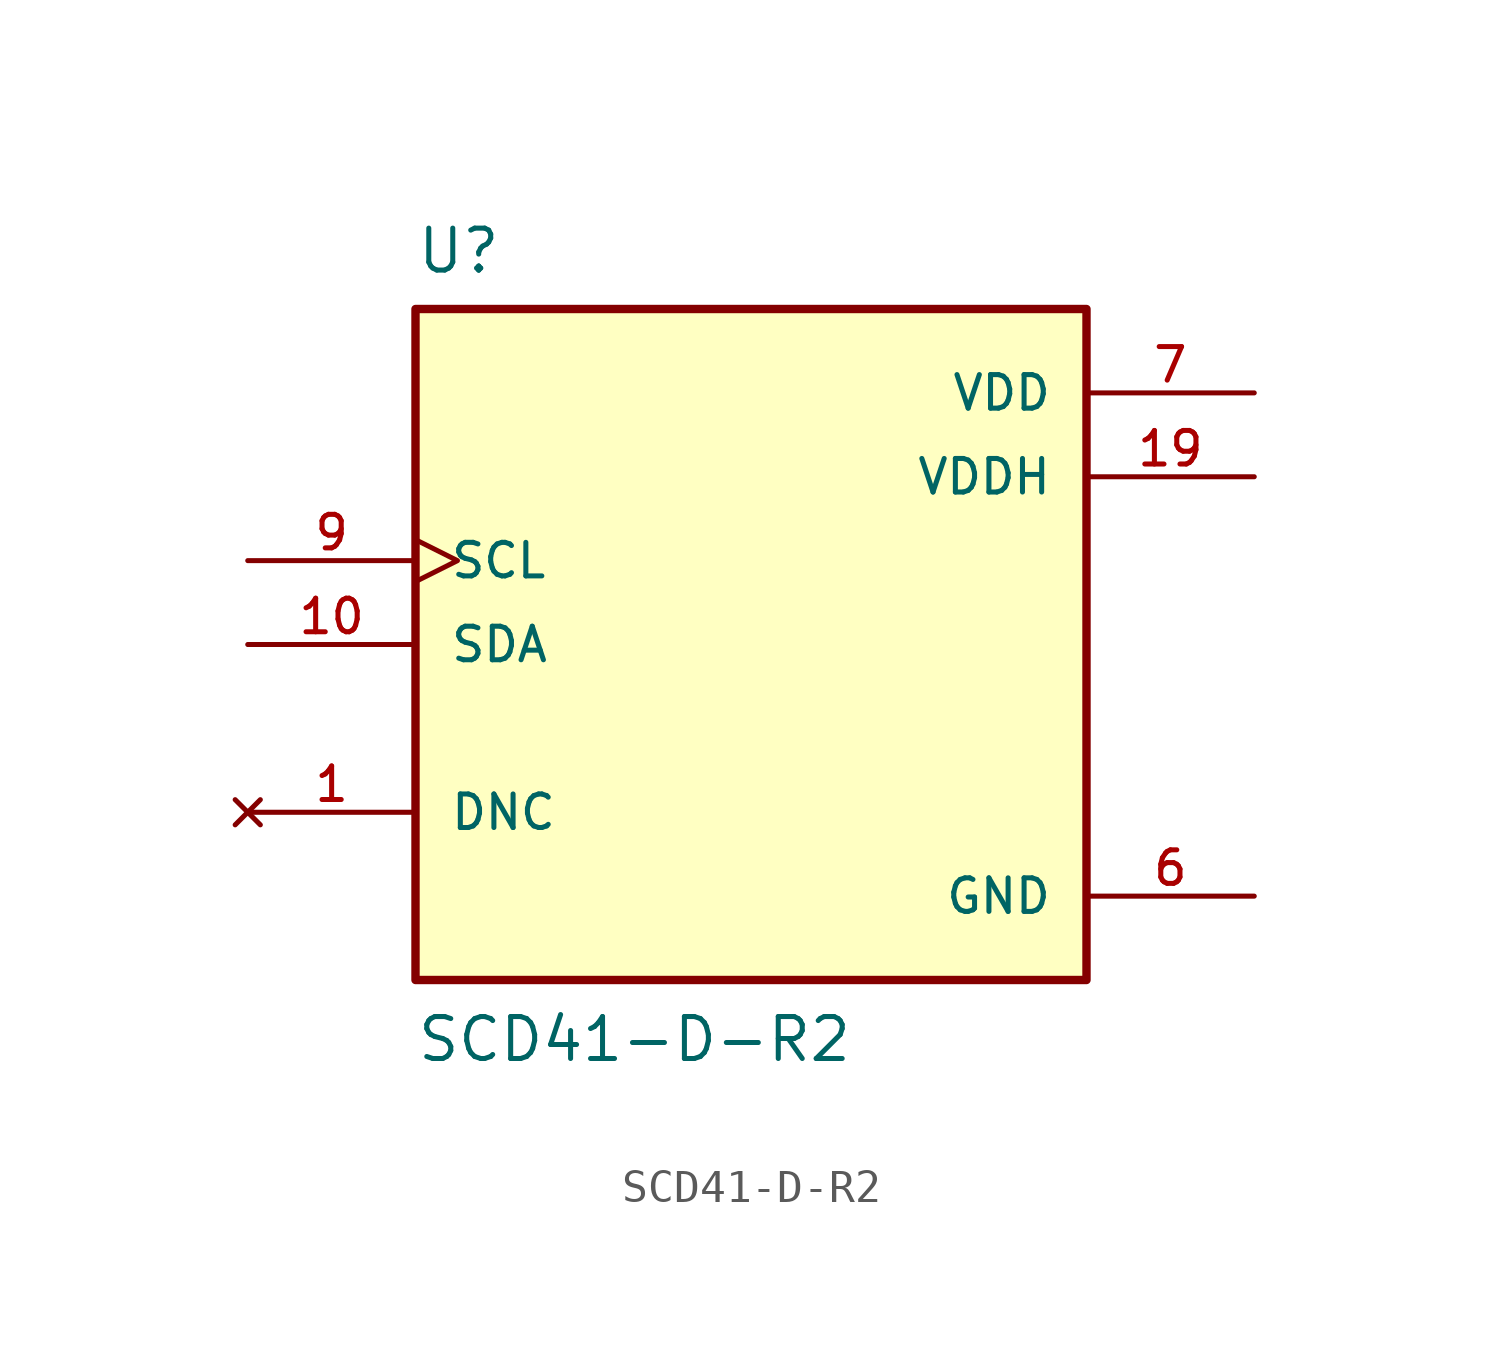
<source format=kicad_sym>
(kicad_symbol_lib
  (version 20211014)
  (generator kicad_symbol_editor)
  (symbol "SCD41-D-R2"
    (pin_names
      (offset 1.016))
    (property "Reference" "U"
      (at -10.16 11.176 0)
      (effects (font (size 1.27 1.27)) (justify bottom left)))
    (property "Value" "SCD41-D-R2"
      (at -10.16 -12.7 0)
      (effects (font (size 1.27 1.27)) (justify bottom left)))
    (symbol "SCD41-D-R2_0_0"
      (rectangle (start -10.16 -10.16) (end 10.16 10.16) (stroke (width 0.254)) (fill (type background)))
      (pin power_in line (at 15.24 7.62 180.0) (length 5.08) (name "VDD" (effects (font (size 1.016 1.016)))) (number "7" (effects (font (size 1.016 1.016)))))
      (pin power_in line (at 15.24 5.08 180.0) (length 5.08) (name "VDDH" (effects (font (size 1.016 1.016)))) (number "19" (effects (font (size 1.016 1.016)))))
      (pin power_in line (at 15.24 -7.62 180.0) (length 5.08) (name "GND" (effects (font (size 1.016 1.016)))) (number "6" (effects (font (size 1.016 1.016)))))
      (pin power_in line (at 15.24 -7.62 180.0) (length 5.08) hide (name "GND" (effects (font (size 1.016 1.016)))) (number "20" (effects (font (size 1.016 1.016)))))
      (pin power_in line (at 15.24 -7.62 180.0) (length 5.08) hide (name "GND" (effects (font (size 1.016 1.016)))) (number "21" (effects (font (size 1.016 1.016)))))
      (pin bidirectional line (at -15.24 0.0 0) (length 5.08) (name "SDA" (effects (font (size 1.016 1.016)))) (number "10" (effects (font (size 1.016 1.016)))))
      (pin input clock (at -15.24 2.54 0) (length 5.08) (name "SCL" (effects (font (size 1.016 1.016)))) (number "9" (effects (font (size 1.016 1.016)))))
      (pin no_connect line (at -15.24 -5.08 0) (length 5.08) (name "DNC" (effects (font (size 1.016 1.016)))) (number "1" (effects (font (size 1.016 1.016)))))
      (pin no_connect line (at -15.24 -5.08 0) (length 5.08) hide (name "DNC" (effects (font (size 1.016 1.016)))) (number "2" (effects (font (size 1.016 1.016)))))
      (pin no_connect line (at -15.24 -5.08 0) (length 5.08) hide (name "DNC" (effects (font (size 1.016 1.016)))) (number "3" (effects (font (size 1.016 1.016)))))
      (pin no_connect line (at -15.24 -5.08 0) (length 5.08) hide (name "DNC" (effects (font (size 1.016 1.016)))) (number "4" (effects (font (size 1.016 1.016)))))
      (pin no_connect line (at -15.24 -5.08 0) (length 5.08) hide (name "DNC" (effects (font (size 1.016 1.016)))) (number "5" (effects (font (size 1.016 1.016)))))
      (pin no_connect line (at -15.24 -5.08 0) (length 5.08) hide (name "DNC" (effects (font (size 1.016 1.016)))) (number "8" (effects (font (size 1.016 1.016)))))
      (pin no_connect line (at -15.24 -5.08 0) (length 5.08) hide (name "DNC" (effects (font (size 1.016 1.016)))) (number "11" (effects (font (size 1.016 1.016)))))
      (pin no_connect line (at -15.24 -5.08 0) (length 5.08) hide (name "DNC" (effects (font (size 1.016 1.016)))) (number "12" (effects (font (size 1.016 1.016)))))
      (pin no_connect line (at -15.24 -5.08 0) (length 5.08) hide (name "DNC" (effects (font (size 1.016 1.016)))) (number "13" (effects (font (size 1.016 1.016)))))
      (pin no_connect line (at -15.24 -5.08 0) (length 5.08) hide (name "DNC" (effects (font (size 1.016 1.016)))) (number "14" (effects (font (size 1.016 1.016)))))
      (pin no_connect line (at -15.24 -5.08 0) (length 5.08) hide (name "DNC" (effects (font (size 1.016 1.016)))) (number "15" (effects (font (size 1.016 1.016)))))
      (pin no_connect line (at -15.24 -5.08 0) (length 5.08) hide (name "DNC" (effects (font (size 1.016 1.016)))) (number "16" (effects (font (size 1.016 1.016)))))
      (pin no_connect line (at -15.24 -5.08 0) (length 5.08) hide (name "DNC" (effects (font (size 1.016 1.016)))) (number "17" (effects (font (size 1.016 1.016)))))
      (pin no_connect line (at -15.24 -5.08 0) (length 5.08) hide (name "DNC" (effects (font (size 1.016 1.016)))) (number "18" (effects (font (size 1.016 1.016))))))))
</source>
